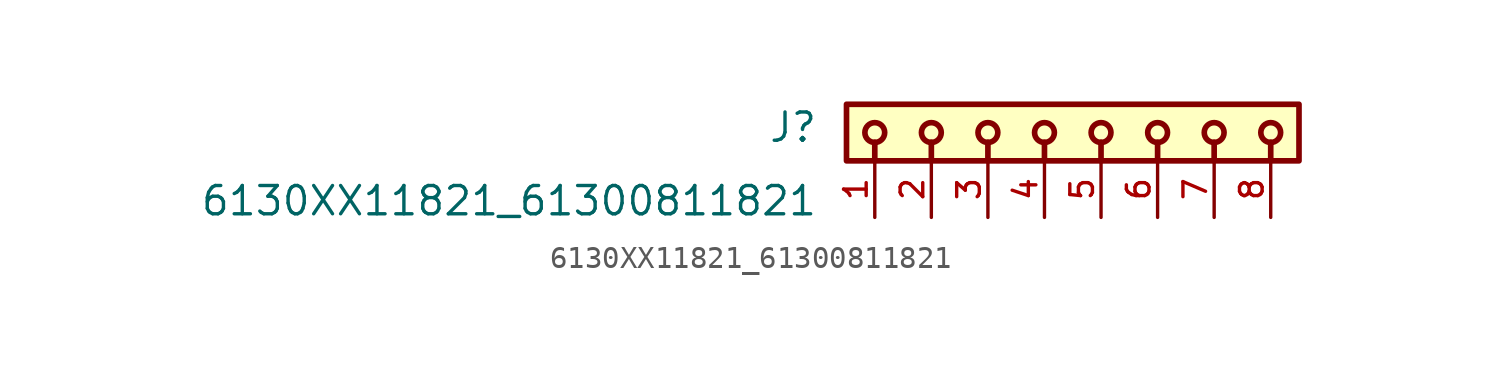
<source format=kicad_sym>
(kicad_symbol_lib
  (version 20211014)
  (generator kicad_symbol_editor)
  (symbol "6130XX11821_61300811821"
    (pin_names
      (offset 1.016))
    (property "Reference" "J"
      (at -10.16 -1.778 0)
      (effects (font (size 1.27 1.27)) (justify bottom right)))
    (property "Value" "6130XX11821_61300811821"
      (at -10.16 -5.08 0)
      (effects (font (size 1.27 1.27)) (justify bottom right)))
    (symbol "6130XX11821_61300811821_0_0"
      (polyline (pts (xy -7.62 -1.705) (xy -7.62 -2.54)) (stroke (width 0.254)))
      (polyline (pts (xy -5.08 -1.705) (xy -5.08 -2.54)) (stroke (width 0.254)))
      (polyline (pts (xy -2.54 -1.705) (xy -2.54 -2.54)) (stroke (width 0.254)))
      (polyline (pts (xy 0.0 -1.705) (xy 0.0 -2.54)) (stroke (width 0.254)))
      (polyline (pts (xy 2.54 -1.705) (xy 2.54 -2.54)) (stroke (width 0.254)))
      (polyline (pts (xy 5.08 -1.705) (xy 5.08 -2.54)) (stroke (width 0.254)))
      (polyline (pts (xy 7.62 -1.705) (xy 7.62 -2.54)) (stroke (width 0.254)))
      (polyline (pts (xy 10.16 -1.705) (xy 10.16 -2.54)) (stroke (width 0.254)))
      (circle (center -7.62 -1.27) (radius 0.445) (stroke (width 0.254)) (fill (type none)))
      (circle (center -5.08 -1.27) (radius 0.445) (stroke (width 0.254)) (fill (type none)))
      (circle (center -2.54 -1.27) (radius 0.445) (stroke (width 0.254)) (fill (type none)))
      (circle (center 0.0 -1.27) (radius 0.445) (stroke (width 0.254)) (fill (type none)))
      (circle (center 2.54 -1.27) (radius 0.445) (stroke (width 0.254)) (fill (type none)))
      (circle (center 5.08 -1.27) (radius 0.445) (stroke (width 0.254)) (fill (type none)))
      (circle (center 7.62 -1.27) (radius 0.445) (stroke (width 0.254)) (fill (type none)))
      (circle (center 10.16 -1.27) (radius 0.445) (stroke (width 0.254)) (fill (type none)))
      (rectangle (start -8.89 -2.54) (end 11.43 2.22044604925e-16) (stroke (width 0.254)) (fill (type background)))
      (pin passive line (at -7.62 -5.08 90.0) (length 2.54) (name "~" (effects (font (size 1.016 1.016)))) (number "1" (effects (font (size 1.016 1.016)))))
      (pin passive line (at -5.08 -5.08 90.0) (length 2.54) (name "~" (effects (font (size 1.016 1.016)))) (number "2" (effects (font (size 1.016 1.016)))))
      (pin passive line (at -2.54 -5.08 90.0) (length 2.54) (name "~" (effects (font (size 1.016 1.016)))) (number "3" (effects (font (size 1.016 1.016)))))
      (pin passive line (at 0.0 -5.08 90.0) (length 2.54) (name "~" (effects (font (size 1.016 1.016)))) (number "4" (effects (font (size 1.016 1.016)))))
      (pin passive line (at 2.54 -5.08 90.0) (length 2.54) (name "~" (effects (font (size 1.016 1.016)))) (number "5" (effects (font (size 1.016 1.016)))))
      (pin passive line (at 5.08 -5.08 90.0) (length 2.54) (name "~" (effects (font (size 1.016 1.016)))) (number "6" (effects (font (size 1.016 1.016)))))
      (pin passive line (at 7.62 -5.08 90.0) (length 2.54) (name "~" (effects (font (size 1.016 1.016)))) (number "7" (effects (font (size 1.016 1.016)))))
      (pin passive line (at 10.16 -5.08 90.0) (length 2.54) (name "~" (effects (font (size 1.016 1.016)))) (number "8" (effects (font (size 1.016 1.016))))))))
</source>
